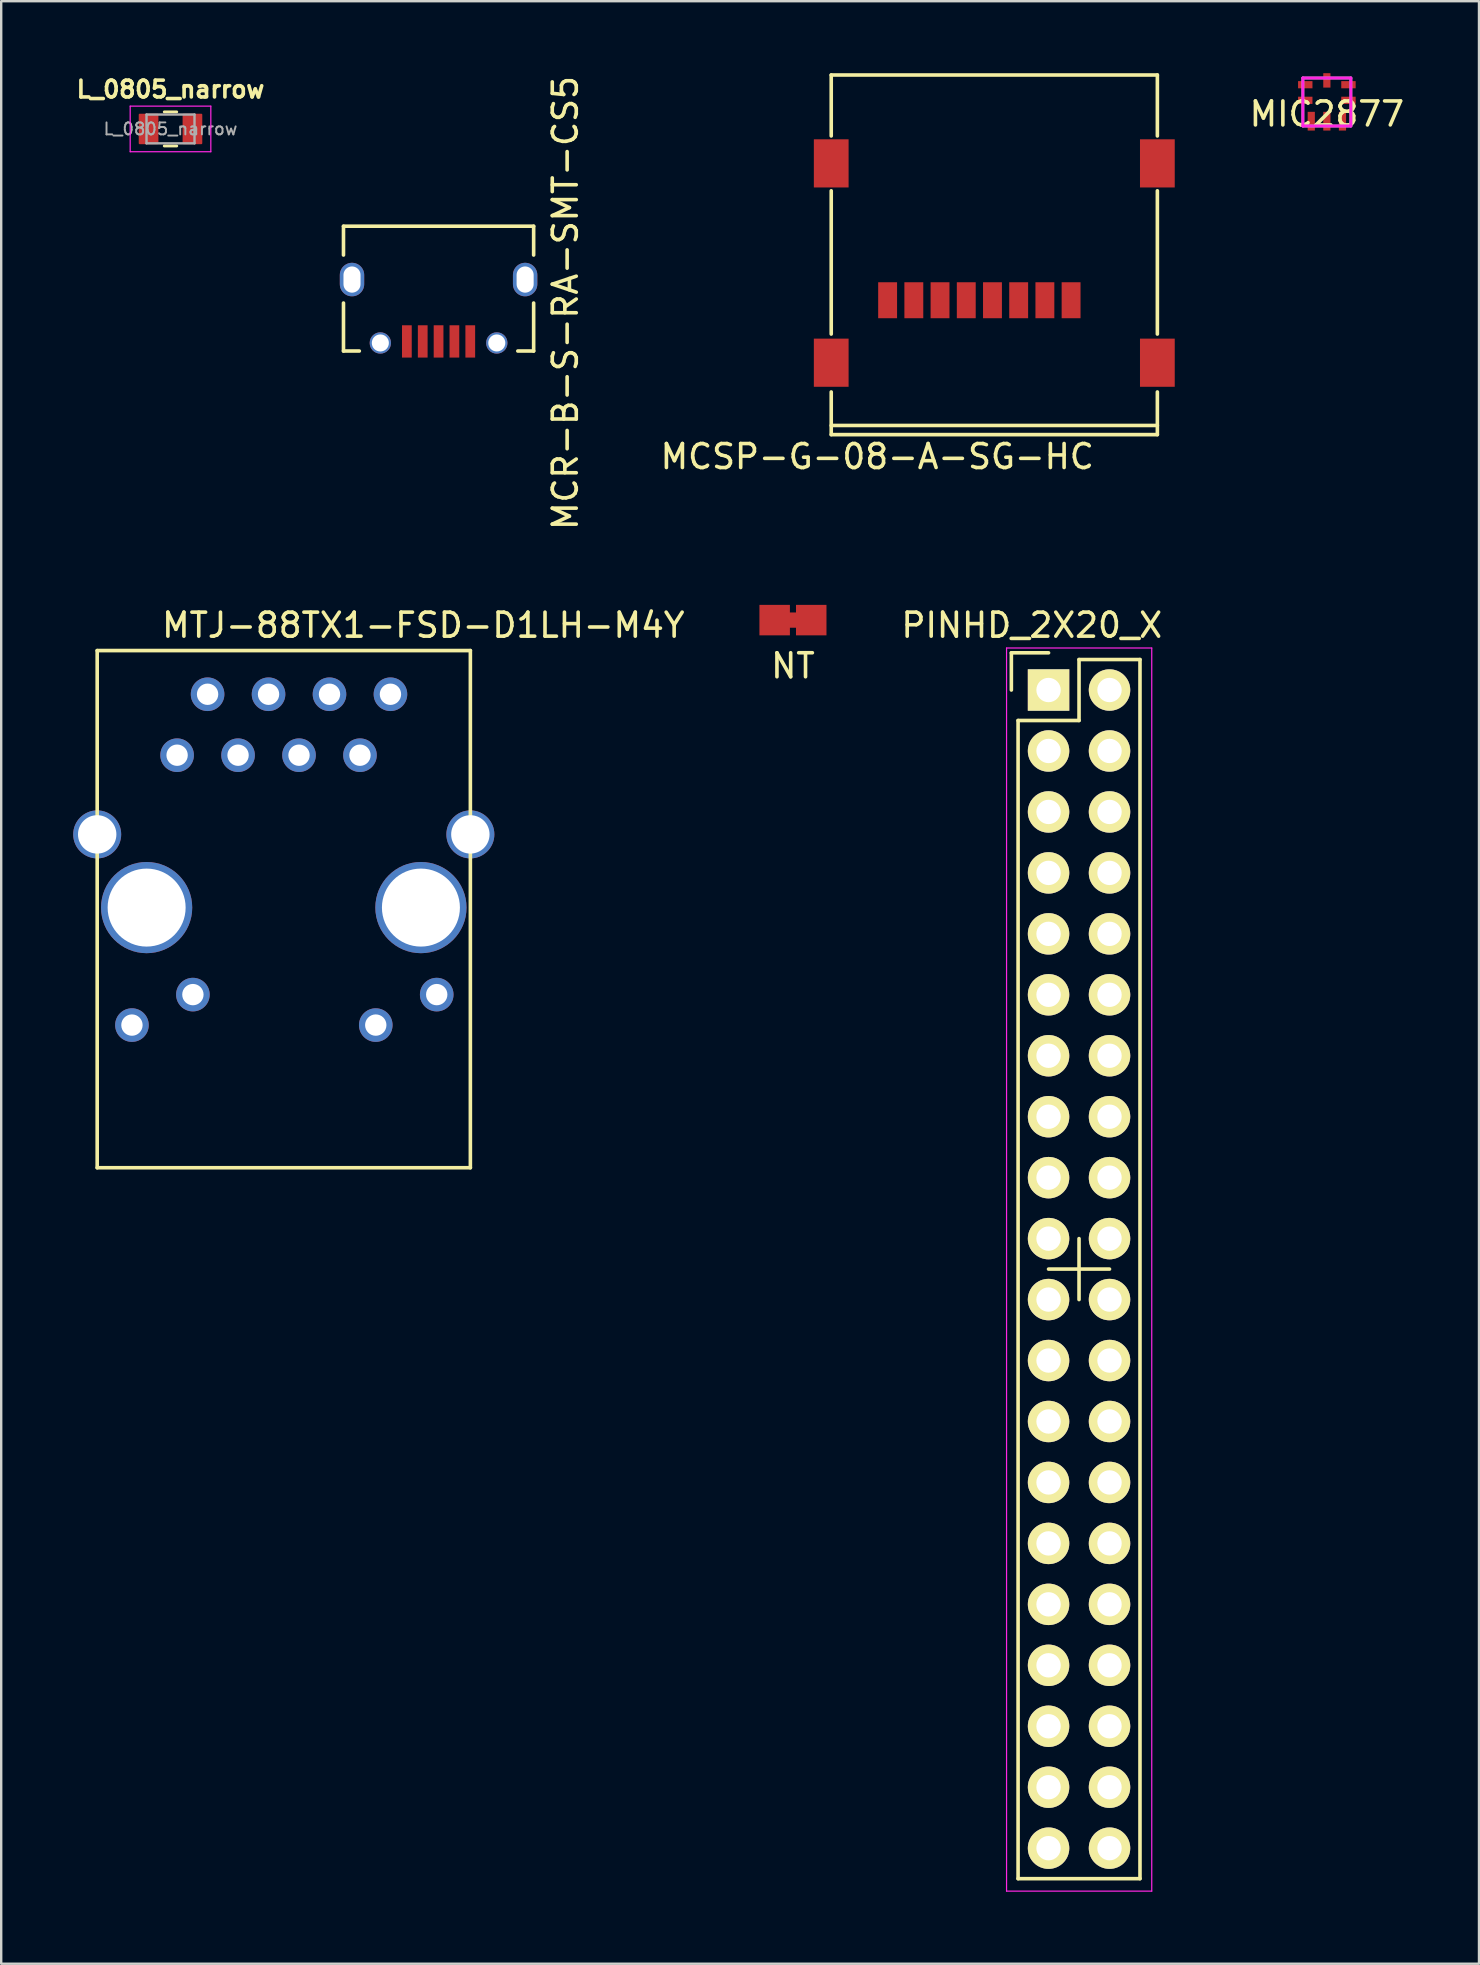
<source format=kicad_pcb>
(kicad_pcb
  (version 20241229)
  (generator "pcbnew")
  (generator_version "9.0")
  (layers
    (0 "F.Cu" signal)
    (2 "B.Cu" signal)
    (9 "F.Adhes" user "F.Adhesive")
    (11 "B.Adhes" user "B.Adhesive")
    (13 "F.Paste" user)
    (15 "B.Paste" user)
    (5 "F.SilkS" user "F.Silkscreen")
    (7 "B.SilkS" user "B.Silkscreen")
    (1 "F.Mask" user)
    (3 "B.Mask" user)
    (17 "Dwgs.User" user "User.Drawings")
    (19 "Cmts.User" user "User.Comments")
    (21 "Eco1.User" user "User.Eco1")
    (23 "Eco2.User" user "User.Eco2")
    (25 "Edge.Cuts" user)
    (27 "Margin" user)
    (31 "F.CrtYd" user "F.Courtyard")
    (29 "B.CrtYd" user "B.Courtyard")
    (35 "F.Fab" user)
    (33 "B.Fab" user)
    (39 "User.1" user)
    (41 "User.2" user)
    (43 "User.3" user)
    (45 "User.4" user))
  (footprint "L_0805_narrow"
    (layer "F.Cu")
    (at 4.055 2.323)
    (property "Reference" "L_0805_narrow" (at 0 -1.65 0) (layer "F.SilkS") (effects (font (size 0.7 0.7) (thickness 0.15))))
    (attr smd)
    (fp_line (start -0.259 -0.71) (end 0.259 -0.71) (stroke (width 0.12) (type solid)) (layer "F.SilkS"))
    (fp_line (start -0.259 0.71) (end 0.259 0.71) (stroke (width 0.12) (type solid)) (layer "F.SilkS"))
    (fp_line (start -1.68 -0.95) (end 1.68 -0.95) (stroke (width 0.05) (type solid)) (layer "F.CrtYd"))
    (fp_line (start -1.68 0.95) (end -1.68 -0.95) (stroke (width 0.05) (type solid)) (layer "F.CrtYd"))
    (fp_line (start 1.68 -0.95) (end 1.68 0.95) (stroke (width 0.05) (type solid)) (layer "F.CrtYd"))
    (fp_line (start 1.68 0.95) (end -1.68 0.95) (stroke (width 0.05) (type solid)) (layer "F.CrtYd"))
    (fp_line (start -1 -0.6) (end 1 -0.6) (stroke (width 0.1) (type solid)) (layer "F.Fab"))
    (fp_line (start -1 0.6) (end -1 -0.6) (stroke (width 0.1) (type solid)) (layer "F.Fab"))
    (fp_line (start 1 -0.6) (end 1 0.6) (stroke (width 0.1) (type solid)) (layer "F.Fab"))
    (fp_line (start 1 0.6) (end -1 0.6) (stroke (width 0.1) (type solid)) (layer "F.Fab"))
    (fp_text user "${REFERENCE}" (at 0 0 0) (layer "F.Fab") (effects (font (size 0.5 0.5) (thickness 0.08))))
    (pad "1" smd roundrect (at -0.914 0) (size 0.82 1.27) (layers "F.Cu" "F.Mask" "F.Paste") (roundrect_rratio 0.05))
    (pad "2" smd roundrect (at 0.914 0) (size 0.82 1.27) (layers "F.Cu" "F.Mask" "F.Paste") (roundrect_rratio 0.05)))
  (footprint "MTJ-88TX1-FSD-D1LH-M4Y"
    (layer "F.Cu")
    (at 8.747 34.687)
    (property "Reference" "MTJ-88TX1-FSD-D1LH-M4Y" (at 5.842 -11.684 0) (layer "F.SilkS") (effects (font (size 1 1) (thickness 0.15))))
    (attr through_hole)
    (fp_line (start -7.747 -10.628) (end 7.803 -10.628) (stroke (width 0.15) (type solid)) (layer "F.SilkS"))
    (fp_line (start -7.747 10.922) (end -7.747 -10.628) (stroke (width 0.15) (type solid)) (layer "F.SilkS"))
    (fp_line (start -7.747 10.922) (end 7.803 10.922) (stroke (width 0.15) (type solid)) (layer "F.SilkS"))
    (fp_line (start 7.803 10.922) (end 7.803 -10.628) (stroke (width 0.15) (type solid)) (layer "F.SilkS"))
    (pad "1" thru_hole circle (at -4.417 -6.268) (size 1.4 1.4) (drill 0.89) (layers "*.Cu" "*.Mask"))
    (pad "2" thru_hole circle (at -3.147 -8.808) (size 1.4 1.4) (drill 0.89) (layers "*.Cu" "*.Mask"))
    (pad "3" thru_hole circle (at -1.877 -6.268) (size 1.4 1.4) (drill 0.89) (layers "*.Cu" "*.Mask"))
    (pad "4" thru_hole circle (at -0.607 -8.808) (size 1.4 1.4) (drill 0.89) (layers "*.Cu" "*.Mask"))
    (pad "5" thru_hole circle (at 0.663 -6.268) (size 1.4 1.4) (drill 0.89) (layers "*.Cu" "*.Mask"))
    (pad "6" thru_hole circle (at 1.933 -8.808) (size 1.4 1.4) (drill 0.89) (layers "*.Cu" "*.Mask"))
    (pad "7" thru_hole circle (at 3.203 -6.268) (size 1.4 1.4) (drill 0.89) (layers "*.Cu" "*.Mask"))
    (pad "8" thru_hole circle (at 4.473 -8.808) (size 1.4 1.4) (drill 0.89) (layers "*.Cu" "*.Mask"))
    (pad "9" thru_hole circle (at -6.299 4.978) (size 1.4 1.4) (drill 0.89) (layers "*.Cu" "*.Mask"))
    (pad "10" thru_hole circle (at -3.759 3.708) (size 1.4 1.4) (drill 0.89) (layers "*.Cu" "*.Mask"))
    (pad "11" thru_hole circle (at 3.861 4.978) (size 1.4 1.4) (drill 0.89) (layers "*.Cu" "*.Mask"))
    (pad "12" thru_hole circle (at 6.401 3.708) (size 1.4 1.4) (drill 0.89) (layers "*.Cu" "*.Mask"))
    (pad "13" thru_hole circle (at -7.747 -2.968) (size 2 2) (drill 1.6) (layers "*.Cu" "*.Mask"))
    (pad "14" thru_hole circle (at 7.803 -2.968) (size 2 2) (drill 1.6) (layers "*.Cu" "*.Mask"))
    (pad "~" thru_hole circle (at -5.687 0.082) (size 3.8 3.8) (drill 3.25) (layers "*.Cu" "*.Mask"))
    (pad "~" thru_hole circle (at 5.743 0.082) (size 3.8 3.8) (drill 3.25) (layers "*.Cu" "*.Mask")))
  (footprint "MCR-B-S-RA-SMT-CS5"
    (layer "F.Cu")
    (at 15.225 11.177)
    (property "Reference" "MCR-B-S-RA-SMT-CS5" (at 5.283 -1.6 270) (layer "F.SilkS") (effects (font (size 1 1) (thickness 0.15))))
    (attr through_hole)
    (fp_line (start -3.962 -4.8) (end -3.962 -3.6) (stroke (width 0.15) (type solid)) (layer "F.SilkS"))
    (fp_line (start -3.962 0.4) (end -3.962 -1.6) (stroke (width 0.15) (type solid)) (layer "F.SilkS"))
    (fp_line (start -3.302 0.4) (end -3.962 0.4) (stroke (width 0.15) (type solid)) (layer "F.SilkS"))
    (fp_line (start 3.962 -4.8) (end -3.962 -4.8) (stroke (width 0.15) (type solid)) (layer "F.SilkS"))
    (fp_line (start 3.962 -4.8) (end 3.962 -3.6) (stroke (width 0.15) (type solid)) (layer "F.SilkS"))
    (fp_line (start 3.962 -1.6) (end 3.962 0.4) (stroke (width 0.15) (type solid)) (layer "F.SilkS"))
    (fp_line (start 3.962 0.4) (end 3.302 0.4) (stroke (width 0.15) (type solid)) (layer "F.SilkS"))
    (pad "1" smd rect (at 1.321 0) (size 0.406 1.346) (layers "F.Cu" "F.Mask" "F.Paste"))
    (pad "2" smd rect (at 0.66 0) (size 0.406 1.346) (layers "F.Cu" "F.Mask" "F.Paste"))
    (pad "3" smd rect (at 0 0) (size 0.406 1.346) (layers "F.Cu" "F.Mask" "F.Paste"))
    (pad "4" smd rect (at -0.66 0) (size 0.406 1.346) (layers "F.Cu" "F.Mask" "F.Paste"))
    (pad "5" smd rect (at -1.321 0) (size 0.406 1.346) (layers "F.Cu" "F.Mask" "F.Paste"))
    (pad "6" thru_hole oval (at -3.607 -2.578) (size 1.016 1.397) (drill oval 0.711 1.092) (layers "*.Cu" "*.Mask"))
    (pad "6" thru_hole circle (at -2.426 0.064) (size 0.889 0.889) (drill 0.711) (layers "*.Cu" "*.Mask"))
    (pad "6" thru_hole circle (at 2.426 0.064) (size 0.889 0.889) (drill 0.711) (layers "*.Cu" "*.Mask"))
    (pad "6" thru_hole oval (at 3.607 -2.578) (size 1.016 1.397) (drill oval 0.711 1.092) (layers "*.Cu" "*.Mask")))
  (footprint "MCSP-G-08-A-SG-HC"
    (layer "F.Cu")
    (at 38.382 12.064)
    (property "Reference" "MCSP-G-08-A-SG-HC" (at -4.877 3.912 0) (layer "F.SilkS") (effects (font (size 1 1) (thickness 0.15))))
    (attr through_hole)
    (fp_line (start -6.795 -11.989) (end -6.795 -9.449) (stroke (width 0.15) (type solid)) (layer "F.SilkS"))
    (fp_line (start -6.795 -7.163) (end -6.795 -1.194) (stroke (width 0.15) (type solid)) (layer "F.SilkS"))
    (fp_line (start -6.795 2.616) (end 6.795 2.616) (stroke (width 0.15) (type solid)) (layer "F.SilkS"))
    (fp_line (start -6.795 2.997) (end -6.795 1.219) (stroke (width 0.15) (type solid)) (layer "F.SilkS"))
    (fp_line (start 6.795 -11.989) (end -6.795 -11.989) (stroke (width 0.15) (type solid)) (layer "F.SilkS"))
    (fp_line (start 6.795 -9.449) (end 6.795 -11.989) (stroke (width 0.15) (type solid)) (layer "F.SilkS"))
    (fp_line (start 6.795 -7.163) (end 6.795 -1.194) (stroke (width 0.15) (type solid)) (layer "F.SilkS"))
    (fp_line (start 6.795 1.219) (end 6.795 2.997) (stroke (width 0.15) (type solid)) (layer "F.SilkS"))
    (fp_line (start 6.795 2.997) (end -6.795 2.997) (stroke (width 0.15) (type solid)) (layer "F.SilkS"))
    (pad "1" smd rect (at 3.2 -2.603) (size 0.787 1.499) (layers "F.Cu" "F.Mask" "F.Paste"))
    (pad "2" smd rect (at 2.108 -2.603) (size 0.787 1.499) (layers "F.Cu" "F.Mask" "F.Paste"))
    (pad "3" smd rect (at 1.016 -2.603) (size 0.787 1.499) (layers "F.Cu" "F.Mask" "F.Paste"))
    (pad "4" smd rect (at -0.076 -2.603) (size 0.787 1.499) (layers "F.Cu" "F.Mask" "F.Paste"))
    (pad "5" smd rect (at -1.168 -2.603) (size 0.787 1.499) (layers "F.Cu" "F.Mask" "F.Paste"))
    (pad "6" smd rect (at -2.261 -2.603) (size 0.787 1.499) (layers "F.Cu" "F.Mask" "F.Paste"))
    (pad "7" smd rect (at -3.353 -2.603) (size 0.787 1.499) (layers "F.Cu" "F.Mask" "F.Paste"))
    (pad "8" smd rect (at -4.445 -2.603) (size 0.787 1.499) (layers "F.Cu" "F.Mask" "F.Paste"))
    (pad "9" smd rect (at -6.795 -8.306) (size 1.448 2.007) (layers "F.Cu" "F.Mask" "F.Paste"))
    (pad "9" smd rect (at -6.795 0) (size 1.448 2.007) (layers "F.Cu" "F.Mask" "F.Paste"))
    (pad "9" smd rect (at 6.795 -8.306) (size 1.448 2.007) (layers "F.Cu" "F.Mask" "F.Paste"))
    (pad "9" smd rect (at 6.795 0) (size 1.448 2.007) (layers "F.Cu" "F.Mask" "F.Paste")))
  (footprint "NT"
    (layer "F.Cu")
    (at 29.992 22.79)
    (property "Reference" "NT" (at 0 1.905 0) (layer "F.SilkS") (effects (font (size 1 1) (thickness 0.15))))
    (attr smd)
    (fp_line (start -0.762 0) (end 0.762 0) (stroke (width 0.635) (type solid)) (layer "F.Cu"))
    (pad "1" smd rect (at -0.762 0) (size 1.27 1.27) (layers "F.Cu"))
    (pad "2" smd rect (at 0.762 0) (size 1.27 1.27) (layers "F.Cu")))
  (footprint "PINHD_2X20_X"
    (layer "F.Cu")
    (at 41.913 49.833)
    (property "Reference" "PINHD_2X20_X" (at -1.97 -26.83 0) (layer "F.SilkS") (effects (font (size 1 1) (thickness 0.15))))
    (attr through_hole)
    (fp_line (start -2.82 -25.68) (end -2.82 -24.13) (stroke (width 0.15) (type solid)) (layer "F.SilkS"))
    (fp_line (start -2.54 -22.86) (end -2.54 25.4) (stroke (width 0.15) (type solid)) (layer "F.SilkS"))
    (fp_line (start -1.27 -25.68) (end -2.82 -25.68) (stroke (width 0.15) (type solid)) (layer "F.SilkS"))
    (fp_line (start 0 -25.4) (end 0 -22.86) (stroke (width 0.15) (type solid)) (layer "F.SilkS"))
    (fp_line (start 0 -22.86) (end -2.54 -22.86) (stroke (width 0.15) (type solid)) (layer "F.SilkS"))
    (fp_line (start 0 -1.27) (end 0 1.27) (stroke (width 0.15) (type solid)) (layer "F.SilkS"))
    (fp_line (start 1.27 0) (end -1.27 0) (stroke (width 0.15) (type solid)) (layer "F.SilkS"))
    (fp_line (start 2.54 -25.4) (end 0 -25.4) (stroke (width 0.15) (type solid)) (layer "F.SilkS"))
    (fp_line (start 2.54 25.4) (end -2.54 25.4) (stroke (width 0.15) (type solid)) (layer "F.SilkS"))
    (fp_line (start 2.54 25.4) (end 2.54 -25.4) (stroke (width 0.15) (type solid)) (layer "F.SilkS"))
    (fp_line (start -3.02 -25.88) (end -3.02 25.92) (stroke (width 0.05) (type solid)) (layer "F.CrtYd"))
    (fp_line (start -3.02 -25.88) (end 3.03 -25.88) (stroke (width 0.05) (type solid)) (layer "F.CrtYd"))
    (fp_line (start -3.02 25.92) (end 3.03 25.92) (stroke (width 0.05) (type solid)) (layer "F.CrtYd"))
    (fp_line (start 3.03 -25.88) (end 3.03 25.92) (stroke (width 0.05) (type solid)) (layer "F.CrtYd"))
    (pad "1" thru_hole rect (at -1.27 -24.13) (size 1.727 1.727) (drill 1.016) (layers "*.Cu" "*.Mask" "F.SilkS"))
    (pad "2" thru_hole oval (at 1.27 -24.13) (size 1.727 1.727) (drill 1.016) (layers "*.Cu" "*.Mask" "F.SilkS"))
    (pad "3" thru_hole oval (at -1.27 -21.59) (size 1.727 1.727) (drill 1.016) (layers "*.Cu" "*.Mask" "F.SilkS"))
    (pad "4" thru_hole oval (at 1.27 -21.59) (size 1.727 1.727) (drill 1.016) (layers "*.Cu" "*.Mask" "F.SilkS"))
    (pad "5" thru_hole oval (at -1.27 -19.05) (size 1.727 1.727) (drill 1.016) (layers "*.Cu" "*.Mask" "F.SilkS"))
    (pad "6" thru_hole oval (at 1.27 -19.05) (size 1.727 1.727) (drill 1.016) (layers "*.Cu" "*.Mask" "F.SilkS"))
    (pad "7" thru_hole oval (at -1.27 -16.51) (size 1.727 1.727) (drill 1.016) (layers "*.Cu" "*.Mask" "F.SilkS"))
    (pad "8" thru_hole oval (at 1.27 -16.51) (size 1.727 1.727) (drill 1.016) (layers "*.Cu" "*.Mask" "F.SilkS"))
    (pad "9" thru_hole oval (at -1.27 -13.97) (size 1.727 1.727) (drill 1.016) (layers "*.Cu" "*.Mask" "F.SilkS"))
    (pad "10" thru_hole oval (at 1.27 -13.97) (size 1.727 1.727) (drill 1.016) (layers "*.Cu" "*.Mask" "F.SilkS"))
    (pad "11" thru_hole oval (at -1.27 -11.43) (size 1.727 1.727) (drill 1.016) (layers "*.Cu" "*.Mask" "F.SilkS"))
    (pad "12" thru_hole oval (at 1.27 -11.43) (size 1.727 1.727) (drill 1.016) (layers "*.Cu" "*.Mask" "F.SilkS"))
    (pad "13" thru_hole oval (at -1.27 -8.89) (size 1.727 1.727) (drill 1.016) (layers "*.Cu" "*.Mask" "F.SilkS"))
    (pad "14" thru_hole oval (at 1.27 -8.89) (size 1.727 1.727) (drill 1.016) (layers "*.Cu" "*.Mask" "F.SilkS"))
    (pad "15" thru_hole oval (at -1.27 -6.35) (size 1.727 1.727) (drill 1.016) (layers "*.Cu" "*.Mask" "F.SilkS"))
    (pad "16" thru_hole oval (at 1.27 -6.35) (size 1.727 1.727) (drill 1.016) (layers "*.Cu" "*.Mask" "F.SilkS"))
    (pad "17" thru_hole oval (at -1.27 -3.81) (size 1.727 1.727) (drill 1.016) (layers "*.Cu" "*.Mask" "F.SilkS"))
    (pad "18" thru_hole oval (at 1.27 -3.81) (size 1.727 1.727) (drill 1.016) (layers "*.Cu" "*.Mask" "F.SilkS"))
    (pad "19" thru_hole oval (at -1.27 -1.27) (size 1.727 1.727) (drill 1.016) (layers "*.Cu" "*.Mask" "F.SilkS"))
    (pad "20" thru_hole oval (at 1.27 -1.27) (size 1.727 1.727) (drill 1.016) (layers "*.Cu" "*.Mask" "F.SilkS"))
    (pad "21" thru_hole oval (at -1.27 1.27) (size 1.727 1.727) (drill 1.016) (layers "*.Cu" "*.Mask" "F.SilkS"))
    (pad "22" thru_hole oval (at 1.27 1.27) (size 1.727 1.727) (drill 1.016) (layers "*.Cu" "*.Mask" "F.SilkS"))
    (pad "23" thru_hole oval (at -1.27 3.81) (size 1.727 1.727) (drill 1.016) (layers "*.Cu" "*.Mask" "F.SilkS"))
    (pad "24" thru_hole oval (at 1.27 3.81) (size 1.727 1.727) (drill 1.016) (layers "*.Cu" "*.Mask" "F.SilkS"))
    (pad "25" thru_hole oval (at -1.27 6.35) (size 1.727 1.727) (drill 1.016) (layers "*.Cu" "*.Mask" "F.SilkS"))
    (pad "26" thru_hole oval (at 1.27 6.35) (size 1.727 1.727) (drill 1.016) (layers "*.Cu" "*.Mask" "F.SilkS"))
    (pad "27" thru_hole oval (at -1.27 8.89) (size 1.727 1.727) (drill 1.016) (layers "*.Cu" "*.Mask" "F.SilkS"))
    (pad "28" thru_hole oval (at 1.27 8.89) (size 1.727 1.727) (drill 1.016) (layers "*.Cu" "*.Mask" "F.SilkS"))
    (pad "29" thru_hole oval (at -1.27 11.43) (size 1.727 1.727) (drill 1.016) (layers "*.Cu" "*.Mask" "F.SilkS"))
    (pad "30" thru_hole oval (at 1.27 11.43) (size 1.727 1.727) (drill 1.016) (layers "*.Cu" "*.Mask" "F.SilkS"))
    (pad "31" thru_hole oval (at -1.27 13.97) (size 1.727 1.727) (drill 1.016) (layers "*.Cu" "*.Mask" "F.SilkS"))
    (pad "32" thru_hole oval (at 1.27 13.97) (size 1.727 1.727) (drill 1.016) (layers "*.Cu" "*.Mask" "F.SilkS"))
    (pad "33" thru_hole oval (at -1.27 16.51) (size 1.727 1.727) (drill 1.016) (layers "*.Cu" "*.Mask" "F.SilkS"))
    (pad "34" thru_hole oval (at 1.27 16.51) (size 1.727 1.727) (drill 1.016) (layers "*.Cu" "*.Mask" "F.SilkS"))
    (pad "35" thru_hole oval (at -1.27 19.05) (size 1.727 1.727) (drill 1.016) (layers "*.Cu" "*.Mask" "F.SilkS"))
    (pad "36" thru_hole oval (at 1.27 19.05) (size 1.727 1.727) (drill 1.016) (layers "*.Cu" "*.Mask" "F.SilkS"))
    (pad "37" thru_hole oval (at -1.27 21.59) (size 1.727 1.727) (drill 1.016) (layers "*.Cu" "*.Mask" "F.SilkS"))
    (pad "38" thru_hole oval (at 1.27 21.59) (size 1.727 1.727) (drill 1.016) (layers "*.Cu" "*.Mask" "F.SilkS"))
    (pad "39" thru_hole oval (at -1.27 24.13) (size 1.727 1.727) (drill 1.016) (layers "*.Cu" "*.Mask" "F.SilkS"))
    (pad "40" thru_hole oval (at 1.27 24.13) (size 1.727 1.727) (drill 1.016) (layers "*.Cu" "*.Mask" "F.SilkS")))
  (footprint "MIC2877"
    (layer "F.Cu")
    (at 52.24 1.2)
    (property "Reference" "MIC2877" (at 0 0.5 0) (layer "F.SilkS") (effects (font (size 1 1) (thickness 0.15))))
    (attr through_hole)
    (fp_line (start -1 -1) (end 1 -1) (stroke (width 0.12) (type solid)) (layer "F.CrtYd"))
    (fp_line (start -1 1) (end -1 -1) (stroke (width 0.12) (type solid)) (layer "F.CrtYd"))
    (fp_line (start 1 -1) (end 1 1) (stroke (width 0.12) (type solid)) (layer "F.CrtYd"))
    (fp_line (start 1 1) (end -1 1) (stroke (width 0.12) (type solid)) (layer "F.CrtYd"))
    (fp_line (start -1 -1) (end 1 -1) (stroke (width 0.12) (type solid)) (layer "F.Fab"))
    (fp_line (start -1 1) (end -1 -1) (stroke (width 0.12) (type solid)) (layer "F.Fab"))
    (fp_line (start 1 -1) (end 1 1) (stroke (width 0.12) (type solid)) (layer "F.Fab"))
    (fp_line (start 1 1) (end -1 1) (stroke (width 0.12) (type solid)) (layer "F.Fab"))
    (pad "1" smd rect (at -0.9 -0.72) (size 0.6 0.3) (layers "F.Cu" "F.Mask" "F.Paste"))
    (pad "2" smd rect (at -0.9 -0.07) (size 0.6 0.3) (layers "F.Cu" "F.Mask" "F.Paste"))
    (pad "3" smd rect (at -0.65 0.8) (size 0.3 0.78) (layers "F.Cu" "F.Mask" "F.Paste"))
    (pad "4" smd rect (at 0 0.8) (size 0.3 0.78) (layers "F.Cu" "F.Mask" "F.Paste"))
    (pad "5" smd rect (at 0.65 0.8) (size 0.3 0.78) (layers "F.Cu" "F.Mask" "F.Paste"))
    (pad "6" smd rect (at 0.9 -0.07) (size 0.6 0.3) (layers "F.Cu" "F.Mask" "F.Paste"))
    (pad "7" smd rect (at 0.9 -0.72) (size 0.6 0.3) (layers "F.Cu" "F.Mask" "F.Paste"))
    (pad "8" smd rect (at 0 -0.9) (size 0.3 0.6) (layers "F.Cu" "F.Mask" "F.Paste")))
  (gr_rect
    (start -3 -3)
    (end 58.579 78.778)
    (stroke (width 0.1) (type default))
    (fill no)
    (layer "Edge.Cuts")))
</source>
